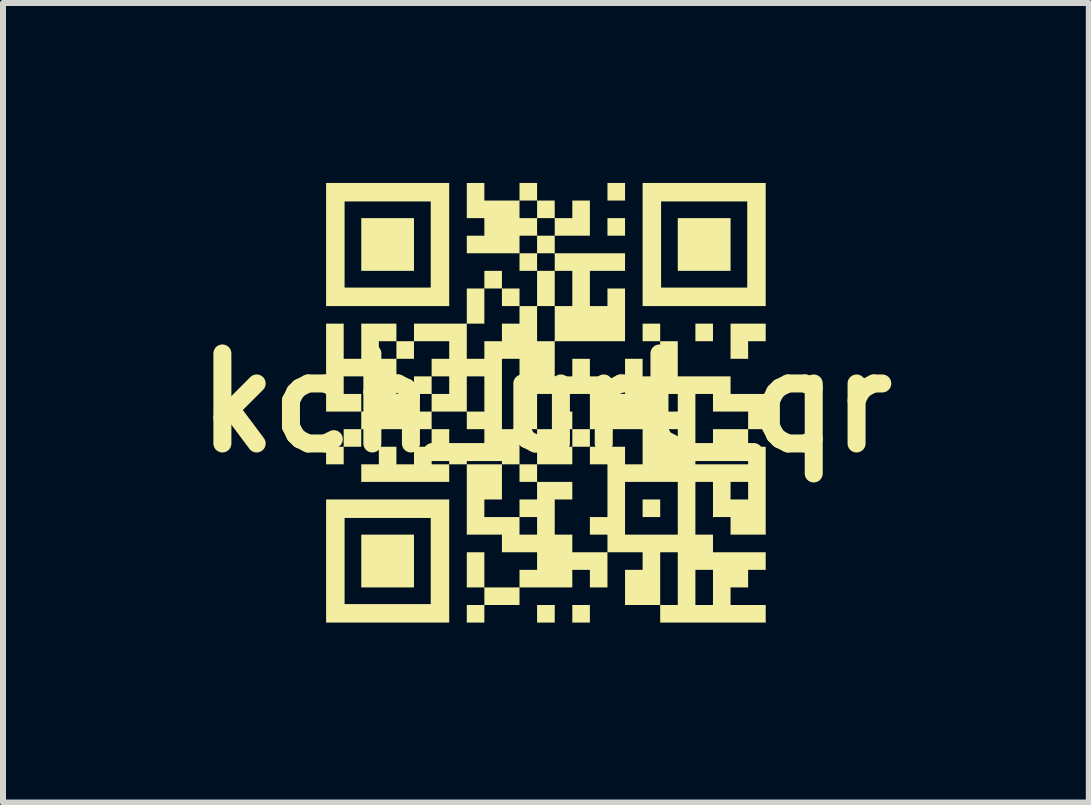
<source format=kicad_pcb>
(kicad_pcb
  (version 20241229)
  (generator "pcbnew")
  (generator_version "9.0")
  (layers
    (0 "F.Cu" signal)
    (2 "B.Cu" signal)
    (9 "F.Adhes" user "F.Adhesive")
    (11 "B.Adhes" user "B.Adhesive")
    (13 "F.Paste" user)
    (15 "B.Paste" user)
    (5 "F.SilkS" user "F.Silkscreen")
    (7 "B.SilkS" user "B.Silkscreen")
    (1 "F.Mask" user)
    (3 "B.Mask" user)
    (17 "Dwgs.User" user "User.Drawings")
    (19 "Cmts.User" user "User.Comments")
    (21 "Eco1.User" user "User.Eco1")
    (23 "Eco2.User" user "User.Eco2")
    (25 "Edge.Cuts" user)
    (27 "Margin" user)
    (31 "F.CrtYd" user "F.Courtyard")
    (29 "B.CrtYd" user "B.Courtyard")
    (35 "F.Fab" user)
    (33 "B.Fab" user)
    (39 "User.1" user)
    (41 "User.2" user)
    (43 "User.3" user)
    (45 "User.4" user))
  (footprint "kch_url_qr"
    (layer "F.Cu")
    (at 6.05 3.664)
    (property "Reference" "kch_url_qr" (at 0 0 0) (layer "F.SilkS") (effects (font (size 1.5 1.5) (thickness 0.3))))
    (attr board_only exclude_from_pos_files exclude_from_bom)
    (fp_poly (pts (xy -2.199 -2.638) (xy -2.199 -2.199) (xy -2.638 -2.199) (xy -3.078 -2.199) (xy -3.078 -2.638) (xy -3.078 -3.078) (xy -2.638 -3.078) (xy -2.199 -3.078)) (stroke (width 0) (type solid)) (fill yes) (layer "F.SilkS"))
    (fp_poly (pts (xy -2.199 2.638) (xy -2.199 3.078) (xy -2.638 3.078) (xy -3.078 3.078) (xy -3.078 2.638) (xy -3.078 2.198) (xy -2.638 2.198) (xy -2.199 2.198)) (stroke (width 0) (type solid)) (fill yes) (layer "F.SilkS"))
    (fp_poly (pts (xy -1.905 -0.293) (xy -1.905 -0.147) (xy -2.052 -0.147) (xy -2.199 -0.147) (xy -2.199 -0.293) (xy -2.199 -0.44) (xy -2.052 -0.44) (xy -1.905 -0.44)) (stroke (width 0) (type solid)) (fill yes) (layer "F.SilkS"))
    (fp_poly (pts (xy 0.147 3.518) (xy 0.147 3.664) (xy -0.000001 3.664) (xy -0.147 3.664) (xy -0.147 3.518) (xy -0.147 3.371) (xy -0.000001 3.371) (xy 0.147 3.371)) (stroke (width 0) (type solid)) (fill yes) (layer "F.SilkS"))
    (fp_poly (pts (xy 0.733 3.518) (xy 0.733 3.664) (xy 0.586 3.664) (xy 0.44 3.664) (xy 0.44 3.518) (xy 0.44 3.371) (xy 0.586 3.371) (xy 0.733 3.371)) (stroke (width 0) (type solid)) (fill yes) (layer "F.SilkS"))
    (fp_poly (pts (xy 1.319 -3.518) (xy 1.319 -3.371) (xy 1.173 -3.371) (xy 1.026 -3.371) (xy 1.026 -3.518) (xy 1.026 -3.664) (xy 1.173 -3.664) (xy 1.319 -3.664)) (stroke (width 0) (type solid)) (fill yes) (layer "F.SilkS"))
    (fp_poly (pts (xy 1.319 -2.931) (xy 1.319 -2.785) (xy 1.173 -2.785) (xy 1.026 -2.785) (xy 1.026 -2.931) (xy 1.026 -3.078) (xy 1.173 -3.078) (xy 1.319 -3.078)) (stroke (width 0) (type solid)) (fill yes) (layer "F.SilkS"))
    (fp_poly (pts (xy 1.905 -1.173) (xy 1.905 -1.026) (xy 1.759 -1.026) (xy 1.612 -1.026) (xy 1.612 -1.173) (xy 1.612 -1.319) (xy 1.759 -1.319) (xy 1.905 -1.319)) (stroke (width 0) (type solid)) (fill yes) (layer "F.SilkS"))
    (fp_poly (pts (xy 1.905 1.759) (xy 1.905 1.905) (xy 1.759 1.905) (xy 1.612 1.905) (xy 1.612 1.759) (xy 1.612 1.612) (xy 1.759 1.612) (xy 1.905 1.612)) (stroke (width 0) (type solid)) (fill yes) (layer "F.SilkS"))
    (fp_poly (pts (xy 2.785 -1.173) (xy 2.785 -1.026) (xy 2.638 -1.026) (xy 2.492 -1.026) (xy 2.492 -1.173) (xy 2.492 -1.319) (xy 2.638 -1.319) (xy 2.785 -1.319)) (stroke (width 0) (type solid)) (fill yes) (layer "F.SilkS"))
    (fp_poly (pts (xy 3.078 -2.638) (xy 3.078 -2.199) (xy 2.638 -2.199) (xy 2.198 -2.199) (xy 2.198 -2.638) (xy 2.198 -3.078) (xy 2.638 -3.078) (xy 3.078 -3.078)) (stroke (width 0) (type solid)) (fill yes) (layer "F.SilkS"))
    (fp_poly (pts (xy 3.664 -1.173) (xy 3.664 -1.026) (xy 3.518 -1.026) (xy 3.371 -1.026) (xy 3.371 -0.879) (xy 3.371 -0.733) (xy 3.224 -0.733) (xy 3.078 -0.733) (xy 3.078 -1.026) (xy 3.078 -1.319) (xy 3.371 -1.319) (xy 3.664 -1.319)) (stroke (width 0) (type solid)) (fill yes) (layer "F.SilkS"))
    (fp_poly (pts (xy -1.612 -2.638) (xy -1.612 -1.612) (xy -2.638 -1.612) (xy -3.664 -1.612) (xy -3.664 -2.638) (xy -3.356 -2.638) (xy -3.356 -1.92) (xy -2.638 -1.92) (xy -1.92 -1.92) (xy -1.92 -2.638) (xy -1.92 -3.356) (xy -2.638 -3.356) (xy -3.356 -3.356) (xy -3.356 -2.638) (xy -3.664 -2.638) (xy -3.664 -3.664) (xy -2.638 -3.664) (xy -1.612 -3.664)) (stroke (width 0) (type solid)) (fill yes) (layer "F.SilkS"))
    (fp_poly (pts (xy -1.612 2.638) (xy -1.612 3.664) (xy -2.638 3.664) (xy -3.664 3.664) (xy -3.664 2.638) (xy -3.356 2.638) (xy -3.356 3.356) (xy -2.638 3.356) (xy -1.92 3.356) (xy -1.92 2.638) (xy -1.92 1.92) (xy -2.638 1.92) (xy -3.356 1.92) (xy -3.356 2.638) (xy -3.664 2.638) (xy -3.664 1.612) (xy -2.638 1.612) (xy -1.612 1.612)) (stroke (width 0) (type solid)) (fill yes) (layer "F.SilkS"))
    (fp_poly (pts (xy 3.664 -2.638) (xy 3.664 -1.612) (xy 2.638 -1.612) (xy 1.612 -1.612) (xy 1.612 -2.638) (xy 1.92 -2.638) (xy 1.92 -1.92) (xy 2.638 -1.92) (xy 3.356 -1.92) (xy 3.356 -2.638) (xy 3.356 -3.356) (xy 2.638 -3.356) (xy 1.92 -3.356) (xy 1.92 -2.638) (xy 1.612 -2.638) (xy 1.612 -3.664) (xy 2.638 -3.664) (xy 3.664 -3.664)) (stroke (width 0) (type solid)) (fill yes) (layer "F.SilkS"))
    (fp_poly (pts (xy 0.44 0.293) (xy 0.44 0.44) (xy 0.293 0.44) (xy 0.147 0.44) (xy 0.147 0.586) (xy 0.147 0.733) (xy 0.293 0.733) (xy 0.44 0.733) (xy 0.44 0.586) (xy 0.44 0.44) (xy 0.586 0.44) (xy 0.733 0.44) (xy 0.733 0.586) (xy 0.733 0.733) (xy 0.586 0.733) (xy 0.44 0.733) (xy 0.44 0.879) (xy 0.44 1.026) (xy 0.147 1.026) (xy -0.147 1.026) (xy -0.147 1.173) (xy -0.147 1.319) (xy -0.293 1.319) (xy -0.44 1.319) (xy -0.44 1.173) (xy -0.44 1.026) (xy -0.293 1.026) (xy -0.147 1.026) (xy -0.147 0.733) (xy -0.147 0.44) (xy -0.000001 0.44) (xy 0.147 0.44) (xy 0.147 0.293) (xy 0.147 0.147) (xy 0.293 0.147) (xy 0.44 0.147)) (stroke (width 0) (type solid)) (fill yes) (layer "F.SilkS"))
    (fp_poly (pts (xy -1.612 0.586) (xy -1.612 0.733) (xy -1.759 0.733) (xy -1.905 0.733) (xy -1.905 0.879) (xy -1.905 1.026) (xy -1.759 1.026) (xy -1.612 1.026) (xy -1.612 0.879) (xy -1.612 0.733) (xy -1.466 0.733) (xy -1.319 0.733) (xy -1.319 0.879) (xy -1.319 1.026) (xy -1.466 1.026) (xy -1.612 1.026) (xy -1.612 1.173) (xy -1.612 1.319) (xy -2.345 1.319) (xy -3.078 1.319) (xy -3.078 1.173) (xy -3.078 1.026) (xy -2.931 1.026) (xy -2.785 1.026) (xy -2.785 0.879) (xy -2.785 0.733) (xy -2.638 0.733) (xy -2.492 0.733) (xy -2.492 0.879) (xy -2.492 1.026) (xy -2.345 1.026) (xy -2.199 1.026) (xy -2.199 0.879) (xy -2.199 0.733) (xy -2.052 0.733) (xy -1.905 0.733) (xy -1.905 0.586) (xy -1.905 0.44) (xy -1.759 0.44) (xy -1.612 0.44)) (stroke (width 0) (type solid)) (fill yes) (layer "F.SilkS"))
    (fp_poly (pts (xy -1.026 -3.518) (xy -1.026 -3.371) (xy -0.733 -3.371) (xy -0.44 -3.371) (xy -0.44 -3.518) (xy -0.44 -3.664) (xy -0.293 -3.664) (xy -0.147 -3.664) (xy -0.147 -3.518) (xy -0.147 -3.371) (xy -0.293 -3.371) (xy -0.44 -3.371) (xy -0.44 -3.224) (xy -0.44 -3.078) (xy -0.293 -3.078) (xy -0.147 -3.078) (xy -0.147 -3.224) (xy -0.147 -3.371) (xy -0.000001 -3.371) (xy 0.147 -3.371) (xy 0.147 -3.224) (xy 0.147 -3.078) (xy 0.293 -3.078) (xy 0.44 -3.078) (xy 0.44 -3.224) (xy 0.44 -3.371) (xy 0.586 -3.371) (xy 0.733 -3.371) (xy 0.733 -3.078) (xy 0.733 -2.785) (xy 0.44 -2.785) (xy 0.147 -2.785) (xy 0.147 -2.638) (xy 0.147 -2.492) (xy -0.000001 -2.492) (xy -0.147 -2.492) (xy -0.147 -2.345) (xy -0.147 -2.199) (xy -0.000001 -2.199) (xy 0.147 -2.199) (xy 0.147 -2.345) (xy 0.147 -2.492) (xy 0.733 -2.492) (xy 1.319 -2.492) (xy 1.319 -2.345) (xy 1.319 -2.199) (xy 1.026 -2.199) (xy 0.733 -2.199) (xy 0.733 -1.905) (xy 0.733 -1.612) (xy 0.879 -1.612) (xy 1.026 -1.612) (xy 1.026 -1.759) (xy 1.026 -1.905) (xy 1.173 -1.905) (xy 1.319 -1.905) (xy 1.319 -1.466) (xy 1.319 -1.026) (xy 0.733 -1.026) (xy 0.147 -1.026) (xy 0.147 -0.733) (xy 0.147 -0.44) (xy 0.293 -0.44) (xy 0.44 -0.44) (xy 0.44 -0.586) (xy 0.44 -0.733) (xy 0.586 -0.733) (xy 0.733 -0.733) (xy 0.733 -0.586) (xy 0.733 -0.44) (xy 0.879 -0.44) (xy 1.026 -0.44) (xy 1.026 -0.293) (xy 1.026 -0.147) (xy 1.173 -0.147) (xy 1.319 -0.147) (xy 1.319 -0.44) (xy 1.319 -0.733) (xy 1.466 -0.733) (xy 1.612 -0.733) (xy 1.612 -0.586) (xy 1.612 -0.44) (xy 1.759 -0.44) (xy 1.905 -0.44) (xy 1.905 -0.733) (xy 1.905 -1.026) (xy 2.052 -1.026) (xy 2.198 -1.026) (xy 2.198 -0.733) (xy 2.198 -0.44) (xy 2.638 -0.44) (xy 3.078 -0.44) (xy 3.078 -0.293) (xy 3.078 -0.147) (xy 3.371 -0.147) (xy 3.664 -0.147) (xy 3.664 0.147) (xy 3.664 0.44) (xy 3.518 0.44) (xy 3.371 0.44) (xy 3.371 0.586) (xy 3.371 0.733) (xy 3.078 0.733) (xy 2.785 0.733) (xy 2.785 0.586) (xy 2.785 0.44) (xy 3.078 0.44) (xy 3.371 0.44) (xy 3.371 0.293) (xy 3.371 0.147) (xy 3.078 0.147) (xy 2.785 0.147) (xy 2.785 -0.000001) (xy 2.785 -0.147) (xy 2.638 -0.147) (xy 2.492 -0.147) (xy 2.492 0.44) (xy 2.492 1.026) (xy 2.931 1.026) (xy 3.371 1.026) (xy 3.371 0.879) (xy 3.371 0.733) (xy 3.518 0.733) (xy 3.664 0.733) (xy 3.664 1.466) (xy 3.664 2.198) (xy 3.371 2.198) (xy 3.078 2.198) (xy 3.078 2.052) (xy 3.078 1.905) (xy 2.931 1.905) (xy 2.785 1.905) (xy 2.785 1.612) (xy 2.785 1.466) (xy 3.078 1.466) (xy 3.078 1.612) (xy 3.224 1.612) (xy 3.371 1.612) (xy 3.371 1.466) (xy 3.371 1.319) (xy 3.224 1.319) (xy 3.078 1.319) (xy 3.078 1.466) (xy 2.785 1.466) (xy 2.785 1.319) (xy 2.638 1.319) (xy 2.492 1.319) (xy 2.492 1.759) (xy 2.492 2.198) (xy 2.638 2.198) (xy 2.785 2.198) (xy 2.785 2.345) (xy 2.785 2.492) (xy 3.224 2.492) (xy 3.664 2.492) (xy 3.664 2.638) (xy 3.664 2.785) (xy 3.518 2.785) (xy 3.371 2.785) (xy 3.371 2.931) (xy 3.371 3.078) (xy 3.224 3.078) (xy 3.078 3.078) (xy 3.078 3.224) (xy 3.078 3.371) (xy 3.371 3.371) (xy 3.664 3.371) (xy 3.664 3.518) (xy 3.664 3.664) (xy 2.785 3.664) (xy 1.905 3.664) (xy 1.905 3.518) (xy 1.905 3.371) (xy 1.612 3.371) (xy 1.319 3.371) (xy 1.319 3.078) (xy 1.319 2.931) (xy 1.905 2.931) (xy 1.905 3.371) (xy 2.052 3.371) (xy 2.198 3.371) (xy 2.198 3.078) (xy 2.492 3.078) (xy 2.492 3.371) (xy 2.638 3.371) (xy 2.785 3.371) (xy 2.785 3.078) (xy 2.785 2.785) (xy 2.638 2.785) (xy 2.492 2.785) (xy 2.492 3.078) (xy 2.198 3.078) (xy 2.198 2.931) (xy 2.198 2.492) (xy 2.052 2.492) (xy 1.905 2.492) (xy 1.905 2.931) (xy 1.319 2.931) (xy 1.319 2.785) (xy 1.466 2.785) (xy 1.612 2.785) (xy 1.612 2.638) (xy 1.612 2.492) (xy 1.319 2.492) (xy 1.026 2.492) (xy 1.026 2.785) (xy 1.026 3.078) (xy 0.879 3.078) (xy 0.733 3.078) (xy 0.733 2.931) (xy 0.733 2.785) (xy 0.586 2.785) (xy 0.44 2.785) (xy 0.44 2.931) (xy 0.44 3.078) (xy -0.000001 3.078) (xy -0.44 3.078) (xy -0.44 3.224) (xy -0.44 3.371) (xy -0.733 3.371) (xy -1.026 3.371) (xy -1.026 3.518) (xy -1.026 3.664) (xy -1.173 3.664) (xy -1.319 3.664) (xy -1.319 3.518) (xy -1.319 3.371) (xy -1.173 3.371) (xy -1.026 3.371) (xy -1.026 3.224) (xy -1.026 3.078) (xy -1.173 3.078) (xy -1.319 3.078) (xy -1.319 2.785) (xy -1.319 2.492) (xy -1.173 2.492) (xy -1.026 2.492) (xy -1.026 2.785) (xy -1.026 3.078) (xy -0.733 3.078) (xy -0.44 3.078) (xy -0.44 2.931) (xy -0.44 2.785) (xy -0.293 2.785) (xy -0.147 2.785) (xy -0.147 2.638) (xy -0.147 2.492) (xy -0.44 2.492) (xy -0.733 2.492) (xy -0.733 2.345) (xy -0.733 2.198) (xy -1.026 2.198) (xy -1.319 2.198) (xy -1.319 2.052) (xy -0.44 2.052) (xy -0.44 2.198) (xy -0.293 2.198) (xy -0.147 2.198) (xy -0.147 2.052) (xy -0.147 1.905) (xy -0.293 1.905) (xy -0.44 1.905) (xy -0.44 2.052) (xy -1.319 2.052) (xy -1.319 1.612) (xy -1.319 1.026) (xy -1.026 1.026) (xy -0.733 1.026) (xy -0.733 1.319) (xy -0.733 1.612) (xy -0.879 1.612) (xy -1.026 1.612) (xy -1.026 1.759) (xy -1.026 1.905) (xy -0.733 1.905) (xy -0.44 1.905) (xy -0.44 1.759) (xy -0.44 1.612) (xy -0.293 1.612) (xy -0.147 1.612) (xy -0.147 1.466) (xy -0.147 1.319) (xy 0.147 1.319) (xy 0.44 1.319) (xy 0.44 1.466) (xy 0.44 1.612) (xy 0.293 1.612) (xy 0.147 1.612) (xy 0.147 1.905) (xy 0.147 2.198) (xy 0.293 2.198) (xy 0.44 2.198) (xy 0.44 2.345) (xy 0.44 2.492) (xy 0.733 2.492) (xy 1.026 2.492) (xy 1.026 2.345) (xy 1.026 2.198) (xy 0.879 2.198) (xy 0.733 2.198) (xy 0.733 2.052) (xy 0.733 1.905) (xy 0.879 1.905) (xy 1.026 1.905) (xy 1.026 1.759) (xy 1.319 1.759) (xy 1.319 2.198) (xy 1.759 2.198) (xy 2.198 2.198) (xy 2.198 1.759) (xy 2.198 1.319) (xy 1.759 1.319) (xy 1.319 1.319) (xy 1.319 1.759) (xy 1.026 1.759) (xy 1.026 1.466) (xy 1.026 1.026) (xy 0.879 1.026) (xy 0.733 1.026) (xy 0.733 0.879) (xy 0.733 0.733) (xy 1.026 0.733) (xy 1.319 0.733) (xy 1.319 0.879) (xy 1.319 1.026) (xy 1.466 1.026) (xy 1.612 1.026) (xy 1.612 0.733) (xy 1.612 0.586) (xy 1.905 0.586) (xy 1.905 0.733) (xy 2.052 0.733) (xy 2.198 0.733) (xy 2.198 0.586) (xy 2.198 0.44) (xy 2.052 0.44) (xy 1.905 0.44) (xy 1.905 0.586) (xy 1.612 0.586) (xy 1.612 0.44) (xy 1.173 0.44) (xy 0.733 0.44) (xy 0.733 0.147) (xy 0.733 -0.000001) (xy 1.905 -0.000001) (xy 1.905 0.147) (xy 2.052 0.147) (xy 2.198 0.147) (xy 2.198 -0.000001) (xy 2.198 -0.147) (xy 2.052 -0.147) (xy 1.905 -0.147) (xy 1.905 -0.000001) (xy 0.733 -0.000001) (xy 0.733 -0.147) (xy 0.293 -0.147) (xy -0.147 -0.147) (xy -0.147 0.147) (xy -0.147 0.44) (xy -0.293 0.44) (xy -0.44 0.44) (xy -0.44 -0.147) (xy -0.44 -0.733) (xy -0.586 -0.733) (xy -0.733 -0.733) (xy -0.733 -0.147) (xy -0.733 0.44) (xy -0.586 0.44) (xy -0.44 0.44) (xy -0.44 0.733) (xy -0.44 1.026) (xy -0.586 1.026) (xy -0.733 1.026) (xy -0.733 0.879) (xy -0.733 0.733) (xy -0.879 0.733) (xy -1.026 0.733) (xy -1.026 0.586) (xy -1.026 0.44) (xy -1.173 0.44) (xy -1.319 0.44) (xy -1.319 0.293) (xy -1.319 0.147) (xy -1.173 0.147) (xy -1.026 0.147) (xy -1.026 -0.147) (xy -1.026 -0.44) (xy -1.173 -0.44) (xy -1.319 -0.44) (xy -1.319 -0.147) (xy -1.319 0.147) (xy -1.612 0.147) (xy -1.905 0.147) (xy -1.905 -0.000001) (xy -1.905 -0.147) (xy -1.759 -0.147) (xy -1.612 -0.147) (xy -1.612 -0.293) (xy -1.612 -0.44) (xy -1.759 -0.44) (xy -1.905 -0.44) (xy -1.905 -0.586) (xy -1.905 -0.733) (xy -1.759 -0.733) (xy -1.612 -0.733) (xy -1.612 -0.879) (xy -1.612 -1.026) (xy -1.905 -1.026) (xy -2.199 -1.026) (xy -2.199 -0.879) (xy -2.199 -0.733) (xy -2.345 -0.733) (xy -2.492 -0.733) (xy -2.492 -0.879) (xy -2.492 -1.026) (xy -2.638 -1.026) (xy -2.785 -1.026) (xy -2.785 -0.879) (xy -2.785 -0.733) (xy -2.638 -0.733) (xy -2.492 -0.733) (xy -2.492 -0.44) (xy -2.492 -0.147) (xy -2.345 -0.147) (xy -2.199 -0.147) (xy -2.199 -0.000001) (xy -2.199 0.147) (xy -2.052 0.147) (xy -1.905 0.147) (xy -1.905 0.293) (xy -1.905 0.44) (xy -2.492 0.44) (xy -3.078 0.44) (xy -3.078 0.586) (xy -3.078 0.733) (xy -3.224 0.733) (xy -3.371 0.733) (xy -3.371 0.879) (xy -3.371 1.026) (xy -3.518 1.026) (xy -3.664 1.026) (xy -3.664 0.879) (xy -3.664 0.733) (xy -3.518 0.733) (xy -3.371 0.733) (xy -3.371 0.586) (xy -3.371 0.44) (xy -3.224 0.44) (xy -3.078 0.44) (xy -3.078 0.293) (xy -3.078 0.147) (xy -3.371 0.147) (xy -3.664 0.147) (xy -3.664 -0.293) (xy -3.371 -0.293) (xy -3.371 -0.147) (xy -3.224 -0.147) (xy -3.078 -0.147) (xy -3.078 -0.000001) (xy -3.078 0.147) (xy -2.931 0.147) (xy -2.785 0.147) (xy -2.785 -0.147) (xy -2.785 -0.44) (xy -3.078 -0.44) (xy -3.371 -0.44) (xy -3.371 -0.293) (xy -3.664 -0.293) (xy -3.664 -0.586) (xy -3.664 -1.319) (xy -3.518 -1.319) (xy -3.371 -1.319) (xy -3.371 -1.026) (xy -3.371 -0.733) (xy -3.224 -0.733) (xy -3.078 -0.733) (xy -3.078 -1.026) (xy -3.078 -1.319) (xy -2.785 -1.319) (xy -2.492 -1.319) (xy -2.492 -1.173) (xy -2.492 -1.026) (xy -2.345 -1.026) (xy -2.199 -1.026) (xy -2.199 -1.173) (xy -2.199 -1.319) (xy -1.759 -1.319) (xy -1.319 -1.319) (xy -1.319 -1.612) (xy -1.319 -1.905) (xy -1.173 -1.905) (xy -1.026 -1.905) (xy -1.026 -2.052) (xy -1.026 -2.199) (xy -0.879 -2.199) (xy -0.733 -2.199) (xy -0.733 -2.052) (xy -0.733 -1.905) (xy -0.879 -1.905) (xy -1.026 -1.905) (xy -1.026 -1.612) (xy -1.026 -1.319) (xy -1.173 -1.319) (xy -1.319 -1.319) (xy -1.319 -1.026) (xy -1.319 -0.733) (xy -1.173 -0.733) (xy -1.026 -0.733) (xy -1.026 -0.879) (xy -1.026 -1.026) (xy -0.879 -1.026) (xy -0.733 -1.026) (xy -0.733 -1.173) (xy -0.733 -1.319) (xy -0.586 -1.319) (xy -0.44 -1.319) (xy -0.44 -1.466) (xy -0.44 -1.612) (xy -0.586 -1.612) (xy -0.733 -1.612) (xy -0.733 -1.759) (xy -0.733 -1.905) (xy -0.586 -1.905) (xy -0.44 -1.905) (xy -0.44 -1.759) (xy -0.44 -1.612) (xy -0.293 -1.612) (xy -0.147 -1.612) (xy -0.147 -1.319) (xy -0.147 -1.026) (xy -0.000001 -1.026) (xy 0.147 -1.026) (xy 0.147 -1.319) (xy 0.147 -1.612) (xy 0.293 -1.612) (xy 0.44 -1.612) (xy 0.44 -1.905) (xy 0.44 -2.199) (xy 0.293 -2.199) (xy 0.147 -2.199) (xy 0.147 -1.905) (xy 0.147 -1.612) (xy -0.000001 -1.612) (xy -0.147 -1.612) (xy -0.147 -1.905) (xy -0.147 -2.199) (xy -0.293 -2.199) (xy -0.44 -2.199) (xy -0.44 -2.345) (xy -0.44 -2.492) (xy -0.879 -2.492) (xy -1.319 -2.492) (xy -1.319 -2.638) (xy -1.319 -2.785) (xy -1.173 -2.785) (xy -1.026 -2.785) (xy -0.44 -2.785) (xy -0.44 -2.638) (xy -0.44 -2.492) (xy -0.293 -2.492) (xy -0.147 -2.492) (xy -0.147 -2.638) (xy -0.147 -2.785) (xy -0.000001 -2.785) (xy 0.147 -2.785) (xy 0.147 -2.931) (xy 0.147 -3.078) (xy -0.000001 -3.078) (xy -0.147 -3.078) (xy -0.147 -2.931) (xy -0.147 -2.785) (xy -0.293 -2.785) (xy -0.44 -2.785) (xy -1.026 -2.785) (xy -1.026 -2.931) (xy -1.026 -3.078) (xy -1.173 -3.078) (xy -1.319 -3.078) (xy -1.319 -3.371) (xy -1.319 -3.664) (xy -1.173 -3.664) (xy -1.026 -3.664)) (stroke (width 0) (type solid)) (fill yes) (layer "F.SilkS")))
  (gr_rect
    (start -3 -3)
    (end 15.1 10.328)
    (stroke (width 0.1) (type default))
    (fill no)
    (layer "Edge.Cuts")))
</source>
